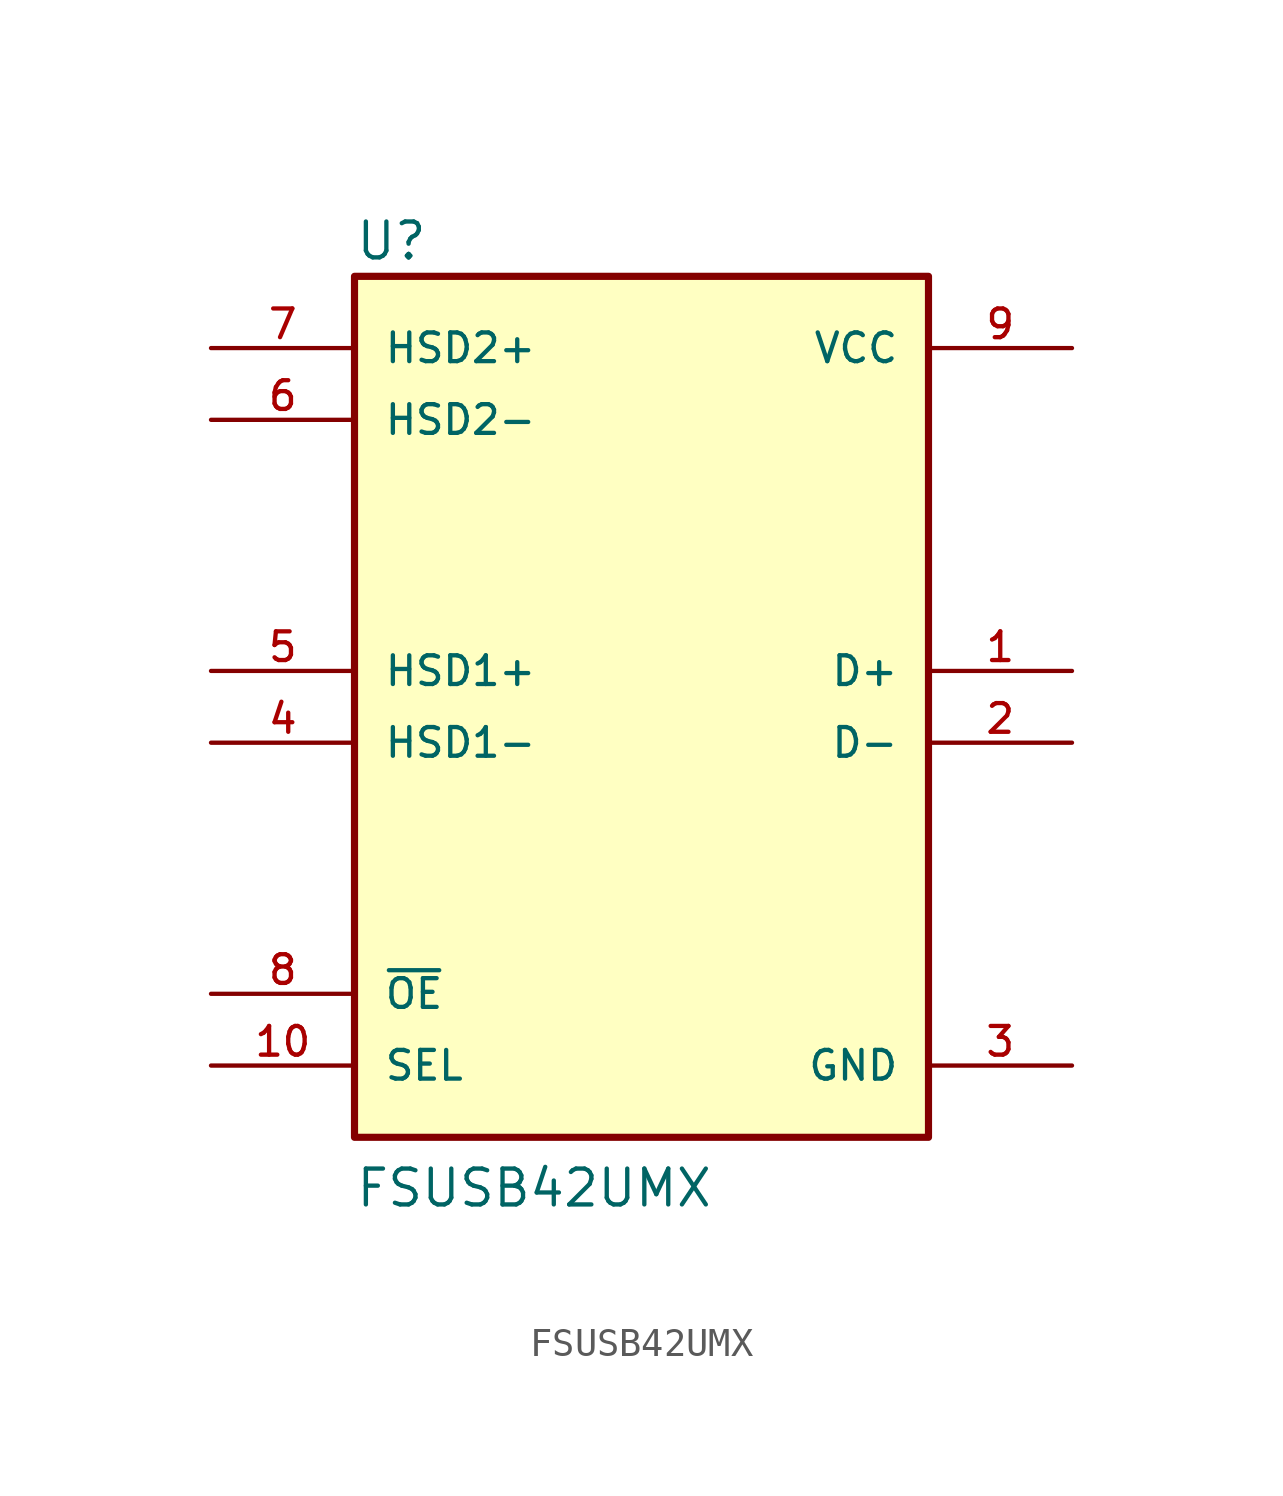
<source format=kicad_sym>
(kicad_symbol_lib
  (version 20231120)
  (generator "kicad_symbol_editor")
  (generator_version "8.0")
  (symbol "FSUSB42UMX"
    (pin_names
      (offset 1.016))
    (property "Reference" "U"
      (at -10.16 15.748 0)
      (effects (font (size 1.27 1.27)) (justify left bottom)))
    (property "Value" "FSUSB42UMX"
      (at -10.16 -17.78 0)
      (effects (font (size 1.27 1.27)) (justify left bottom)))
    (symbol "FSUSB42UMX_0_0"
      (rectangle (start -10.16 15.24) (end 10.16 -15.24) (stroke (width 0.254) (type default)) (fill (type background)))
      (pin bidirectional line (at 15.24 1.27 180) (length 5.08) (name "D+" (effects (font (size 1.016 1.016)))) (number "1" (effects (font (size 1.016 1.016)))))
      (pin input line (at -15.24 -12.7 0) (length 5.08) (name "SEL" (effects (font (size 1.016 1.016)))) (number "10" (effects (font (size 1.016 1.016)))))
      (pin bidirectional line (at 15.24 -1.27 180) (length 5.08) (name "D-" (effects (font (size 1.016 1.016)))) (number "2" (effects (font (size 1.016 1.016)))))
      (pin power_in line (at 15.24 -12.7 180) (length 5.08) (name "GND" (effects (font (size 1.016 1.016)))) (number "3" (effects (font (size 1.016 1.016)))))
      (pin input line (at -15.24 -1.27 0) (length 5.08) (name "HSD1-" (effects (font (size 1.016 1.016)))) (number "4" (effects (font (size 1.016 1.016)))))
      (pin input line (at -15.24 1.27 0) (length 5.08) (name "HSD1+" (effects (font (size 1.016 1.016)))) (number "5" (effects (font (size 1.016 1.016)))))
      (pin input line (at -15.24 10.16 0) (length 5.08) (name "HSD2-" (effects (font (size 1.016 1.016)))) (number "6" (effects (font (size 1.016 1.016)))))
      (pin input line (at -15.24 12.7 0) (length 5.08) (name "HSD2+" (effects (font (size 1.016 1.016)))) (number "7" (effects (font (size 1.016 1.016)))))
      (pin input line (at -15.24 -10.16 0) (length 5.08) (name "~{OE}" (effects (font (size 1.016 1.016)))) (number "8" (effects (font (size 1.016 1.016)))))
      (pin power_in line (at 15.24 12.7 180) (length 5.08) (name "VCC" (effects (font (size 1.016 1.016)))) (number "9" (effects (font (size 1.016 1.016))))))))
</source>
